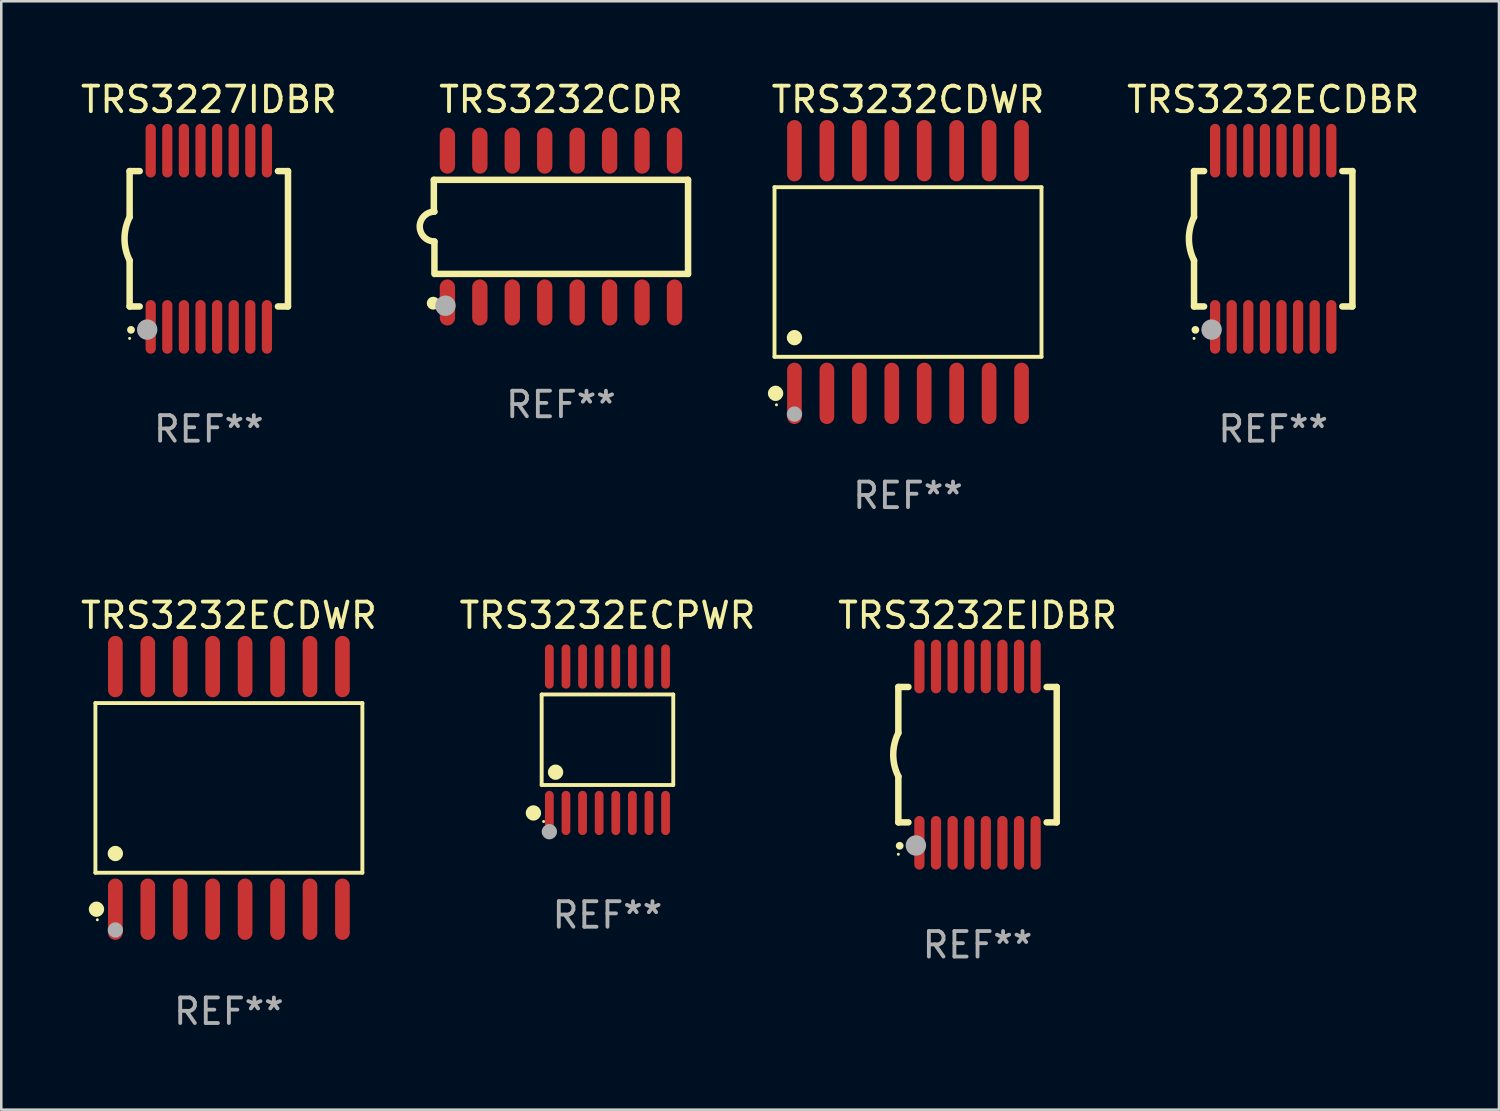
<source format=kicad_pcb>
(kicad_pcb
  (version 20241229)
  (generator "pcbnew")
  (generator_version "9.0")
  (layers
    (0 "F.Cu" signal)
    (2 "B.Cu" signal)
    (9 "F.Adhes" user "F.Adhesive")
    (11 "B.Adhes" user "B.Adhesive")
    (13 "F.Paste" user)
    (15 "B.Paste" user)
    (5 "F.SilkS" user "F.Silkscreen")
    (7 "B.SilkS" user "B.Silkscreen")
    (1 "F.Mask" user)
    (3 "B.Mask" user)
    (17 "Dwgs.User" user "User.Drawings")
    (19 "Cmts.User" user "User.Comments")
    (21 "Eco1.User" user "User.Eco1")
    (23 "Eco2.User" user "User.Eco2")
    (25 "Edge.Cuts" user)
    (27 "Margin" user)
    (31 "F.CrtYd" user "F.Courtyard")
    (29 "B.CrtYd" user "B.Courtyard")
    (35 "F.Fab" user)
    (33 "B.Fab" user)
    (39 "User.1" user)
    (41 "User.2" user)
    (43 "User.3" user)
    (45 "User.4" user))
  (footprint "TRS3227IDBR"
    (layer "F.Cu")
    (at 5.125 6.298)
    (property "Reference" "TRS3227IDBR" (at 0 -5.45 0) (layer "F.SilkS") (effects (font (size 1 1) (thickness 0.15))))
    (attr through_hole)
    (fp_line (start -3.1 -2.65) (end -3.1 -0.85) (stroke (width 0.254) (type solid)) (layer "F.SilkS"))
    (fp_line (start -3.1 -2.65) (end -2.706 -2.65) (stroke (width 0.254) (type solid)) (layer "F.SilkS"))
    (fp_line (start -3.1 2.65) (end -3.1 0.85) (stroke (width 0.254) (type solid)) (layer "F.SilkS"))
    (fp_line (start -3.1 2.65) (end -2.706 2.65) (stroke (width 0.254) (type solid)) (layer "F.SilkS"))
    (fp_line (start 2.706 -2.65) (end 3.1 -2.65) (stroke (width 0.254) (type solid)) (layer "F.SilkS"))
    (fp_line (start 2.706 2.65) (end 3.1 2.65) (stroke (width 0.254) (type solid)) (layer "F.SilkS"))
    (fp_line (start 3.1 -2.65) (end 3.1 2.65) (stroke (width 0.254) (type solid)) (layer "F.SilkS"))
    (fp_arc (start -3.098907 0.850902) (mid -3.300057 0.000523) (end -3.1 -0.850114) (stroke (width 0.254001) (type solid)) (layer "F.SilkS"))
    (fp_arc (start -3.048006 3.566066) (mid -3.046736 3.566061) (end -3.045466 3.566066) (stroke (width 0.3) (type solid)) (layer "F.SilkS"))
    (fp_circle (center -3.1 3.9) (end -3.07 3.9) (stroke (width 0.06) (type solid)) (fill no) (layer "F.SilkS"))
    (fp_circle (center -2.413 3.556) (end -2.213 3.556) (stroke (width 0.4) (type solid)) (fill no) (layer "F.Fab"))
    (fp_text user "REF**" (at 0 7.45 0) (layer "F.Fab") (effects (font (size 1 1) (thickness 0.15))))
    (pad "1" smd oval (at -2.275 3.45 180) (size 0.4 2.1) (layers "F.Cu" "F.Mask" "F.Paste"))
    (pad "2" smd oval (at -1.625 3.45 180) (size 0.4 2.1) (layers "F.Cu" "F.Mask" "F.Paste"))
    (pad "3" smd oval (at -0.975 3.45 180) (size 0.4 2.1) (layers "F.Cu" "F.Mask" "F.Paste"))
    (pad "4" smd oval (at -0.325 3.45 180) (size 0.4 2.1) (layers "F.Cu" "F.Mask" "F.Paste"))
    (pad "5" smd oval (at 0.325 3.45 180) (size 0.4 2.1) (layers "F.Cu" "F.Mask" "F.Paste"))
    (pad "6" smd oval (at 0.975 3.45 180) (size 0.4 2.1) (layers "F.Cu" "F.Mask" "F.Paste"))
    (pad "7" smd oval (at 1.625 3.45 180) (size 0.4 2.1) (layers "F.Cu" "F.Mask" "F.Paste"))
    (pad "8" smd oval (at 2.275 3.45 180) (size 0.4 2.1) (layers "F.Cu" "F.Mask" "F.Paste"))
    (pad "9" smd oval (at 2.275 -3.45 180) (size 0.4 2.1) (layers "F.Cu" "F.Mask" "F.Paste"))
    (pad "10" smd oval (at 1.625 -3.45 180) (size 0.4 2.1) (layers "F.Cu" "F.Mask" "F.Paste"))
    (pad "11" smd oval (at 0.975 -3.45 180) (size 0.4 2.1) (layers "F.Cu" "F.Mask" "F.Paste"))
    (pad "12" smd oval (at 0.325 -3.45 180) (size 0.4 2.1) (layers "F.Cu" "F.Mask" "F.Paste"))
    (pad "13" smd oval (at -0.325 -3.45 180) (size 0.4 2.1) (layers "F.Cu" "F.Mask" "F.Paste"))
    (pad "14" smd oval (at -0.975 -3.45 180) (size 0.4 2.1) (layers "F.Cu" "F.Mask" "F.Paste"))
    (pad "15" smd oval (at -1.625 -3.45 180) (size 0.4 2.1) (layers "F.Cu" "F.Mask" "F.Paste"))
    (pad "16" smd oval (at -2.275 -3.45 180) (size 0.4 2.1) (layers "F.Cu" "F.Mask" "F.Paste")))
  (footprint "TRS3232EIDBR"
    (layer "F.Cu")
    (at 35.22 26.495)
    (property "Reference" "TRS3232EIDBR" (at 0 -5.45 0) (layer "F.SilkS") (effects (font (size 1 1) (thickness 0.15))))
    (attr through_hole)
    (fp_line (start -3.1 -2.65) (end -3.1 -0.85) (stroke (width 0.254) (type solid)) (layer "F.SilkS"))
    (fp_line (start -3.1 -2.65) (end -2.706 -2.65) (stroke (width 0.254) (type solid)) (layer "F.SilkS"))
    (fp_line (start -3.1 2.65) (end -3.1 0.85) (stroke (width 0.254) (type solid)) (layer "F.SilkS"))
    (fp_line (start -3.1 2.65) (end -2.706 2.65) (stroke (width 0.254) (type solid)) (layer "F.SilkS"))
    (fp_line (start 2.706 -2.65) (end 3.1 -2.65) (stroke (width 0.254) (type solid)) (layer "F.SilkS"))
    (fp_line (start 2.706 2.65) (end 3.1 2.65) (stroke (width 0.254) (type solid)) (layer "F.SilkS"))
    (fp_line (start 3.1 -2.65) (end 3.1 2.65) (stroke (width 0.254) (type solid)) (layer "F.SilkS"))
    (fp_arc (start -3.098907 0.850902) (mid -3.300057 0.000523) (end -3.1 -0.850114) (stroke (width 0.254001) (type solid)) (layer "F.SilkS"))
    (fp_arc (start -3.048006 3.566066) (mid -3.046736 3.566061) (end -3.045466 3.566066) (stroke (width 0.3) (type solid)) (layer "F.SilkS"))
    (fp_circle (center -3.1 3.9) (end -3.07 3.9) (stroke (width 0.06) (type solid)) (fill no) (layer "F.SilkS"))
    (fp_circle (center -2.413 3.556) (end -2.213 3.556) (stroke (width 0.4) (type solid)) (fill no) (layer "F.Fab"))
    (fp_text user "REF**" (at 0 7.45 0) (layer "F.Fab") (effects (font (size 1 1) (thickness 0.15))))
    (pad "1" smd oval (at -2.275 3.45 180) (size 0.4 2.1) (layers "F.Cu" "F.Mask" "F.Paste"))
    (pad "2" smd oval (at -1.625 3.45 180) (size 0.4 2.1) (layers "F.Cu" "F.Mask" "F.Paste"))
    (pad "3" smd oval (at -0.975 3.45 180) (size 0.4 2.1) (layers "F.Cu" "F.Mask" "F.Paste"))
    (pad "4" smd oval (at -0.325 3.45 180) (size 0.4 2.1) (layers "F.Cu" "F.Mask" "F.Paste"))
    (pad "5" smd oval (at 0.325 3.45 180) (size 0.4 2.1) (layers "F.Cu" "F.Mask" "F.Paste"))
    (pad "6" smd oval (at 0.975 3.45 180) (size 0.4 2.1) (layers "F.Cu" "F.Mask" "F.Paste"))
    (pad "7" smd oval (at 1.625 3.45 180) (size 0.4 2.1) (layers "F.Cu" "F.Mask" "F.Paste"))
    (pad "8" smd oval (at 2.275 3.45 180) (size 0.4 2.1) (layers "F.Cu" "F.Mask" "F.Paste"))
    (pad "9" smd oval (at 2.275 -3.45 180) (size 0.4 2.1) (layers "F.Cu" "F.Mask" "F.Paste"))
    (pad "10" smd oval (at 1.625 -3.45 180) (size 0.4 2.1) (layers "F.Cu" "F.Mask" "F.Paste"))
    (pad "11" smd oval (at 0.975 -3.45 180) (size 0.4 2.1) (layers "F.Cu" "F.Mask" "F.Paste"))
    (pad "12" smd oval (at 0.325 -3.45 180) (size 0.4 2.1) (layers "F.Cu" "F.Mask" "F.Paste"))
    (pad "13" smd oval (at -0.325 -3.45 180) (size 0.4 2.1) (layers "F.Cu" "F.Mask" "F.Paste"))
    (pad "14" smd oval (at -0.975 -3.45 180) (size 0.4 2.1) (layers "F.Cu" "F.Mask" "F.Paste"))
    (pad "15" smd oval (at -1.625 -3.45 180) (size 0.4 2.1) (layers "F.Cu" "F.Mask" "F.Paste"))
    (pad "16" smd oval (at -2.275 -3.45 180) (size 0.4 2.1) (layers "F.Cu" "F.Mask" "F.Paste")))
  (footprint "TRS3232CDWR"
    (layer "F.Cu")
    (at 32.498 7.599)
    (property "Reference" "TRS3232CDWR" (at 0 -6.75 0) (layer "F.SilkS") (effects (font (size 1 1) (thickness 0.15))))
    (attr through_hole)
    (fp_line (start -5.226 -3.321) (end 5.226 -3.321) (stroke (width 0.152) (type solid)) (layer "F.SilkS"))
    (fp_line (start -5.226 3.321) (end -5.226 -3.321) (stroke (width 0.152) (type solid)) (layer "F.SilkS"))
    (fp_line (start 5.226 -3.321) (end 5.226 3.321) (stroke (width 0.152) (type solid)) (layer "F.SilkS"))
    (fp_line (start 5.226 3.321) (end -5.226 3.321) (stroke (width 0.152) (type solid)) (layer "F.SilkS"))
    (fp_circle (center -5.184 4.75) (end -5.034 4.75) (stroke (width 0.3) (type solid)) (fill no) (layer "F.SilkS"))
    (fp_circle (center -5.15 5.2) (end -5.12 5.2) (stroke (width 0.06) (type solid)) (fill no) (layer "F.SilkS"))
    (fp_circle (center -4.445 2.569) (end -4.295 2.569) (stroke (width 0.3) (type solid)) (fill no) (layer "F.SilkS"))
    (fp_circle (center -4.445 5.563) (end -4.295 5.563) (stroke (width 0.3) (type solid)) (fill no) (layer "F.Fab"))
    (fp_text user "REF**" (at 0 8.75 0) (layer "F.Fab") (effects (font (size 1 1) (thickness 0.15))))
    (pad "1" smd oval (at -4.445 4.75) (size 0.574 2.401) (layers "F.Cu" "F.Mask" "F.Paste"))
    (pad "2" smd oval (at -3.175 4.75) (size 0.574 2.401) (layers "F.Cu" "F.Mask" "F.Paste"))
    (pad "3" smd oval (at -1.905 4.75) (size 0.574 2.401) (layers "F.Cu" "F.Mask" "F.Paste"))
    (pad "4" smd oval (at -0.635 4.75) (size 0.574 2.401) (layers "F.Cu" "F.Mask" "F.Paste"))
    (pad "5" smd oval (at 0.635 4.75) (size 0.574 2.401) (layers "F.Cu" "F.Mask" "F.Paste"))
    (pad "6" smd oval (at 1.905 4.75) (size 0.574 2.401) (layers "F.Cu" "F.Mask" "F.Paste"))
    (pad "7" smd oval (at 3.175 4.75) (size 0.574 2.401) (layers "F.Cu" "F.Mask" "F.Paste"))
    (pad "8" smd oval (at 4.445 4.75) (size 0.574 2.401) (layers "F.Cu" "F.Mask" "F.Paste"))
    (pad "9" smd oval (at 4.445 -4.75) (size 0.574 2.401) (layers "F.Cu" "F.Mask" "F.Paste"))
    (pad "10" smd oval (at 3.175 -4.75) (size 0.574 2.401) (layers "F.Cu" "F.Mask" "F.Paste"))
    (pad "11" smd oval (at 1.905 -4.75) (size 0.574 2.401) (layers "F.Cu" "F.Mask" "F.Paste"))
    (pad "12" smd oval (at 0.635 -4.75) (size 0.574 2.401) (layers "F.Cu" "F.Mask" "F.Paste"))
    (pad "13" smd oval (at -0.635 -4.75) (size 0.574 2.401) (layers "F.Cu" "F.Mask" "F.Paste"))
    (pad "14" smd oval (at -1.905 -4.75) (size 0.574 2.401) (layers "F.Cu" "F.Mask" "F.Paste"))
    (pad "15" smd oval (at -3.175 -4.75) (size 0.574 2.401) (layers "F.Cu" "F.Mask" "F.Paste"))
    (pad "16" smd oval (at -4.445 -4.75) (size 0.574 2.401) (layers "F.Cu" "F.Mask" "F.Paste")))
  (footprint "TRS3232ECDBR"
    (layer "F.Cu")
    (at 46.796 6.298)
    (property "Reference" "TRS3232ECDBR" (at 0 -5.45 0) (layer "F.SilkS") (effects (font (size 1 1) (thickness 0.15))))
    (attr through_hole)
    (fp_line (start -3.1 -2.65) (end -3.1 -0.85) (stroke (width 0.254) (type solid)) (layer "F.SilkS"))
    (fp_line (start -3.1 -2.65) (end -2.706 -2.65) (stroke (width 0.254) (type solid)) (layer "F.SilkS"))
    (fp_line (start -3.1 2.65) (end -3.1 0.85) (stroke (width 0.254) (type solid)) (layer "F.SilkS"))
    (fp_line (start -3.1 2.65) (end -2.706 2.65) (stroke (width 0.254) (type solid)) (layer "F.SilkS"))
    (fp_line (start 2.706 -2.65) (end 3.1 -2.65) (stroke (width 0.254) (type solid)) (layer "F.SilkS"))
    (fp_line (start 2.706 2.65) (end 3.1 2.65) (stroke (width 0.254) (type solid)) (layer "F.SilkS"))
    (fp_line (start 3.1 -2.65) (end 3.1 2.65) (stroke (width 0.254) (type solid)) (layer "F.SilkS"))
    (fp_arc (start -3.098907 0.850902) (mid -3.300057 0.000523) (end -3.1 -0.850114) (stroke (width 0.254001) (type solid)) (layer "F.SilkS"))
    (fp_arc (start -3.048006 3.566066) (mid -3.046736 3.566061) (end -3.045466 3.566066) (stroke (width 0.3) (type solid)) (layer "F.SilkS"))
    (fp_circle (center -3.1 3.9) (end -3.07 3.9) (stroke (width 0.06) (type solid)) (fill no) (layer "F.SilkS"))
    (fp_circle (center -2.413 3.556) (end -2.213 3.556) (stroke (width 0.4) (type solid)) (fill no) (layer "F.Fab"))
    (fp_text user "REF**" (at 0 7.45 0) (layer "F.Fab") (effects (font (size 1 1) (thickness 0.15))))
    (pad "1" smd oval (at -2.275 3.45 180) (size 0.4 2.1) (layers "F.Cu" "F.Mask" "F.Paste"))
    (pad "2" smd oval (at -1.625 3.45 180) (size 0.4 2.1) (layers "F.Cu" "F.Mask" "F.Paste"))
    (pad "3" smd oval (at -0.975 3.45 180) (size 0.4 2.1) (layers "F.Cu" "F.Mask" "F.Paste"))
    (pad "4" smd oval (at -0.325 3.45 180) (size 0.4 2.1) (layers "F.Cu" "F.Mask" "F.Paste"))
    (pad "5" smd oval (at 0.325 3.45 180) (size 0.4 2.1) (layers "F.Cu" "F.Mask" "F.Paste"))
    (pad "6" smd oval (at 0.975 3.45 180) (size 0.4 2.1) (layers "F.Cu" "F.Mask" "F.Paste"))
    (pad "7" smd oval (at 1.625 3.45 180) (size 0.4 2.1) (layers "F.Cu" "F.Mask" "F.Paste"))
    (pad "8" smd oval (at 2.275 3.45 180) (size 0.4 2.1) (layers "F.Cu" "F.Mask" "F.Paste"))
    (pad "9" smd oval (at 2.275 -3.45 180) (size 0.4 2.1) (layers "F.Cu" "F.Mask" "F.Paste"))
    (pad "10" smd oval (at 1.625 -3.45 180) (size 0.4 2.1) (layers "F.Cu" "F.Mask" "F.Paste"))
    (pad "11" smd oval (at 0.975 -3.45 180) (size 0.4 2.1) (layers "F.Cu" "F.Mask" "F.Paste"))
    (pad "12" smd oval (at 0.325 -3.45 180) (size 0.4 2.1) (layers "F.Cu" "F.Mask" "F.Paste"))
    (pad "13" smd oval (at -0.325 -3.45 180) (size 0.4 2.1) (layers "F.Cu" "F.Mask" "F.Paste"))
    (pad "14" smd oval (at -0.975 -3.45 180) (size 0.4 2.1) (layers "F.Cu" "F.Mask" "F.Paste"))
    (pad "15" smd oval (at -1.625 -3.45 180) (size 0.4 2.1) (layers "F.Cu" "F.Mask" "F.Paste"))
    (pad "16" smd oval (at -2.275 -3.45 180) (size 0.4 2.1) (layers "F.Cu" "F.Mask" "F.Paste")))
  (footprint "TRS3232CDR"
    (layer "F.Cu")
    (at 18.911 5.82)
    (property "Reference" "TRS3232CDR" (at 0 -4.972 0) (layer "F.SilkS") (effects (font (size 1 1) (thickness 0.15))))
    (attr through_hole)
    (fp_line (start -4.976 -1.829) (end -4.976 -0.584) (stroke (width 0.254) (type solid)) (layer "F.SilkS"))
    (fp_line (start -4.953 0.584) (end -4.953 1.854) (stroke (width 0.254) (type solid)) (layer "F.SilkS"))
    (fp_line (start -4.928 1.854) (end 4.976 1.854) (stroke (width 0.254) (type solid)) (layer "F.SilkS"))
    (fp_line (start 4.976 -1.829) (end -4.976 -1.829) (stroke (width 0.254) (type solid)) (layer "F.SilkS"))
    (fp_line (start 4.976 1.854) (end 4.976 -1.829) (stroke (width 0.254) (type solid)) (layer "F.SilkS"))
    (fp_arc (start -4.95301 0.584201) (mid -5.533866 -0.00152) (end -4.950088 -0.584329) (stroke (width 0.254001) (type solid)) (layer "F.SilkS"))
    (fp_circle (center -5 3) (end -4.873 3) (stroke (width 0.254) (type solid)) (fill no) (layer "F.SilkS"))
    (fp_circle (center -4.521 3.099) (end -4.321 3.099) (stroke (width 0.4) (type solid)) (fill no) (layer "F.Fab"))
    (fp_text user "REF**" (at 0 6.972 0) (layer "F.Fab") (effects (font (size 1 1) (thickness 0.15))))
    (pad "1" smd oval (at -4.445 2.972 180) (size 0.6 1.8) (layers "F.Cu" "F.Mask" "F.Paste"))
    (pad "2" smd oval (at -3.175 2.972 180) (size 0.6 1.8) (layers "F.Cu" "F.Mask" "F.Paste"))
    (pad "3" smd oval (at -1.905 2.972 180) (size 0.6 1.8) (layers "F.Cu" "F.Mask" "F.Paste"))
    (pad "4" smd oval (at -0.635 2.972 180) (size 0.6 1.8) (layers "F.Cu" "F.Mask" "F.Paste"))
    (pad "5" smd oval (at 0.635 2.972 180) (size 0.6 1.8) (layers "F.Cu" "F.Mask" "F.Paste"))
    (pad "6" smd oval (at 1.905 2.972 180) (size 0.6 1.8) (layers "F.Cu" "F.Mask" "F.Paste"))
    (pad "7" smd oval (at 3.175 2.972 180) (size 0.6 1.8) (layers "F.Cu" "F.Mask" "F.Paste"))
    (pad "8" smd oval (at 4.445 2.972 180) (size 0.6 1.8) (layers "F.Cu" "F.Mask" "F.Paste"))
    (pad "9" smd oval (at 4.445 -2.972 180) (size 0.6 1.8) (layers "F.Cu" "F.Mask" "F.Paste"))
    (pad "10" smd oval (at 3.175 -2.972 180) (size 0.6 1.8) (layers "F.Cu" "F.Mask" "F.Paste"))
    (pad "11" smd oval (at 1.905 -2.972 180) (size 0.6 1.8) (layers "F.Cu" "F.Mask" "F.Paste"))
    (pad "12" smd oval (at 0.635 -2.972 180) (size 0.6 1.8) (layers "F.Cu" "F.Mask" "F.Paste"))
    (pad "13" smd oval (at -0.635 -2.972 180) (size 0.6 1.8) (layers "F.Cu" "F.Mask" "F.Paste"))
    (pad "14" smd oval (at -1.905 -2.972 180) (size 0.6 1.8) (layers "F.Cu" "F.Mask" "F.Paste"))
    (pad "15" smd oval (at -3.175 -2.972 180) (size 0.6 1.8) (layers "F.Cu" "F.Mask" "F.Paste"))
    (pad "16" smd oval (at -4.445 -2.972 180) (size 0.6 1.8) (layers "F.Cu" "F.Mask" "F.Paste")))
  (footprint "TRS3232ECPWR"
    (layer "F.Cu")
    (at 20.732 25.911)
    (property "Reference" "TRS3232ECPWR" (at 0 -4.866 0) (layer "F.SilkS") (effects (font (size 1 1) (thickness 0.15))))
    (attr through_hole)
    (fp_line (start -2.576 -1.772) (end 2.576 -1.772) (stroke (width 0.152) (type solid)) (layer "F.SilkS"))
    (fp_line (start -2.576 1.771) (end -2.576 -1.772) (stroke (width 0.152) (type solid)) (layer "F.SilkS"))
    (fp_line (start 2.576 -1.772) (end 2.576 1.771) (stroke (width 0.152) (type solid)) (layer "F.SilkS"))
    (fp_line (start 2.576 1.771) (end -2.576 1.771) (stroke (width 0.152) (type solid)) (layer "F.SilkS"))
    (fp_circle (center -2.899 2.866) (end -2.749 2.866) (stroke (width 0.3) (type solid)) (fill no) (layer "F.SilkS"))
    (fp_circle (center -2.5 3.2) (end -2.47 3.2) (stroke (width 0.06) (type solid)) (fill no) (layer "F.SilkS"))
    (fp_circle (center -2.032 1.27) (end -1.882 1.27) (stroke (width 0.3) (type solid)) (fill no) (layer "F.SilkS"))
    (fp_circle (center -2.275 3.6) (end -2.125 3.6) (stroke (width 0.3) (type solid)) (fill no) (layer "F.Fab"))
    (fp_text user "REF**" (at 0 6.866 0) (layer "F.Fab") (effects (font (size 1 1) (thickness 0.15))))
    (pad "1" smd oval (at -2.275 2.866) (size 0.343 1.731) (layers "F.Cu" "F.Mask" "F.Paste"))
    (pad "2" smd oval (at -1.625 2.866) (size 0.343 1.731) (layers "F.Cu" "F.Mask" "F.Paste"))
    (pad "3" smd oval (at -0.975 2.866) (size 0.343 1.731) (layers "F.Cu" "F.Mask" "F.Paste"))
    (pad "4" smd oval (at -0.325 2.866) (size 0.343 1.731) (layers "F.Cu" "F.Mask" "F.Paste"))
    (pad "5" smd oval (at 0.325 2.866) (size 0.343 1.731) (layers "F.Cu" "F.Mask" "F.Paste"))
    (pad "6" smd oval (at 0.975 2.866) (size 0.343 1.731) (layers "F.Cu" "F.Mask" "F.Paste"))
    (pad "7" smd oval (at 1.625 2.866) (size 0.343 1.731) (layers "F.Cu" "F.Mask" "F.Paste"))
    (pad "8" smd oval (at 2.275 2.866) (size 0.343 1.731) (layers "F.Cu" "F.Mask" "F.Paste"))
    (pad "9" smd oval (at 2.275 -2.866) (size 0.343 1.731) (layers "F.Cu" "F.Mask" "F.Paste"))
    (pad "10" smd oval (at 1.625 -2.866) (size 0.343 1.731) (layers "F.Cu" "F.Mask" "F.Paste"))
    (pad "11" smd oval (at 0.975 -2.866) (size 0.343 1.731) (layers "F.Cu" "F.Mask" "F.Paste"))
    (pad "12" smd oval (at 0.325 -2.866) (size 0.343 1.731) (layers "F.Cu" "F.Mask" "F.Paste"))
    (pad "13" smd oval (at -0.325 -2.866) (size 0.343 1.731) (layers "F.Cu" "F.Mask" "F.Paste"))
    (pad "14" smd oval (at -0.975 -2.866) (size 0.343 1.731) (layers "F.Cu" "F.Mask" "F.Paste"))
    (pad "15" smd oval (at -1.625 -2.866) (size 0.343 1.731) (layers "F.Cu" "F.Mask" "F.Paste"))
    (pad "16" smd oval (at -2.275 -2.866) (size 0.343 1.731) (layers "F.Cu" "F.Mask" "F.Paste")))
  (footprint "TRS3232ECDWR"
    (layer "F.Cu")
    (at 5.911 27.796)
    (property "Reference" "TRS3232ECDWR" (at 0 -6.75 0) (layer "F.SilkS") (effects (font (size 1 1) (thickness 0.15))))
    (attr through_hole)
    (fp_line (start -5.226 -3.321) (end 5.226 -3.321) (stroke (width 0.152) (type solid)) (layer "F.SilkS"))
    (fp_line (start -5.226 3.321) (end -5.226 -3.321) (stroke (width 0.152) (type solid)) (layer "F.SilkS"))
    (fp_line (start 5.226 -3.321) (end 5.226 3.321) (stroke (width 0.152) (type solid)) (layer "F.SilkS"))
    (fp_line (start 5.226 3.321) (end -5.226 3.321) (stroke (width 0.152) (type solid)) (layer "F.SilkS"))
    (fp_circle (center -5.184 4.75) (end -5.034 4.75) (stroke (width 0.3) (type solid)) (fill no) (layer "F.SilkS"))
    (fp_circle (center -5.15 5.163) (end -5.12 5.163) (stroke (width 0.06) (type solid)) (fill no) (layer "F.SilkS"))
    (fp_circle (center -4.445 2.569) (end -4.295 2.569) (stroke (width 0.3) (type solid)) (fill no) (layer "F.SilkS"))
    (fp_circle (center -4.445 5.563) (end -4.295 5.563) (stroke (width 0.3) (type solid)) (fill no) (layer "F.Fab"))
    (fp_text user "REF**" (at 0 8.75 0) (layer "F.Fab") (effects (font (size 1 1) (thickness 0.15))))
    (pad "1" smd oval (at -4.445 4.75) (size 0.574 2.401) (layers "F.Cu" "F.Mask" "F.Paste"))
    (pad "2" smd oval (at -3.175 4.75) (size 0.574 2.401) (layers "F.Cu" "F.Mask" "F.Paste"))
    (pad "3" smd oval (at -1.905 4.75) (size 0.574 2.401) (layers "F.Cu" "F.Mask" "F.Paste"))
    (pad "4" smd oval (at -0.635 4.75) (size 0.574 2.401) (layers "F.Cu" "F.Mask" "F.Paste"))
    (pad "5" smd oval (at 0.635 4.75) (size 0.574 2.401) (layers "F.Cu" "F.Mask" "F.Paste"))
    (pad "6" smd oval (at 1.905 4.75) (size 0.574 2.401) (layers "F.Cu" "F.Mask" "F.Paste"))
    (pad "7" smd oval (at 3.175 4.75) (size 0.574 2.401) (layers "F.Cu" "F.Mask" "F.Paste"))
    (pad "8" smd oval (at 4.445 4.75) (size 0.574 2.401) (layers "F.Cu" "F.Mask" "F.Paste"))
    (pad "9" smd oval (at 4.445 -4.75) (size 0.574 2.401) (layers "F.Cu" "F.Mask" "F.Paste"))
    (pad "10" smd oval (at 3.175 -4.75) (size 0.574 2.401) (layers "F.Cu" "F.Mask" "F.Paste"))
    (pad "11" smd oval (at 1.905 -4.75) (size 0.574 2.401) (layers "F.Cu" "F.Mask" "F.Paste"))
    (pad "12" smd oval (at 0.635 -4.75) (size 0.574 2.401) (layers "F.Cu" "F.Mask" "F.Paste"))
    (pad "13" smd oval (at -0.635 -4.75) (size 0.574 2.401) (layers "F.Cu" "F.Mask" "F.Paste"))
    (pad "14" smd oval (at -1.905 -4.75) (size 0.574 2.401) (layers "F.Cu" "F.Mask" "F.Paste"))
    (pad "15" smd oval (at -3.175 -4.75) (size 0.574 2.401) (layers "F.Cu" "F.Mask" "F.Paste"))
    (pad "16" smd oval (at -4.445 -4.75) (size 0.574 2.401) (layers "F.Cu" "F.Mask" "F.Paste")))
  (gr_rect
    (start -3 -3)
    (end 55.635 40.394)
    (stroke (width 0.1) (type default))
    (fill no)
    (layer "Edge.Cuts")))
</source>
